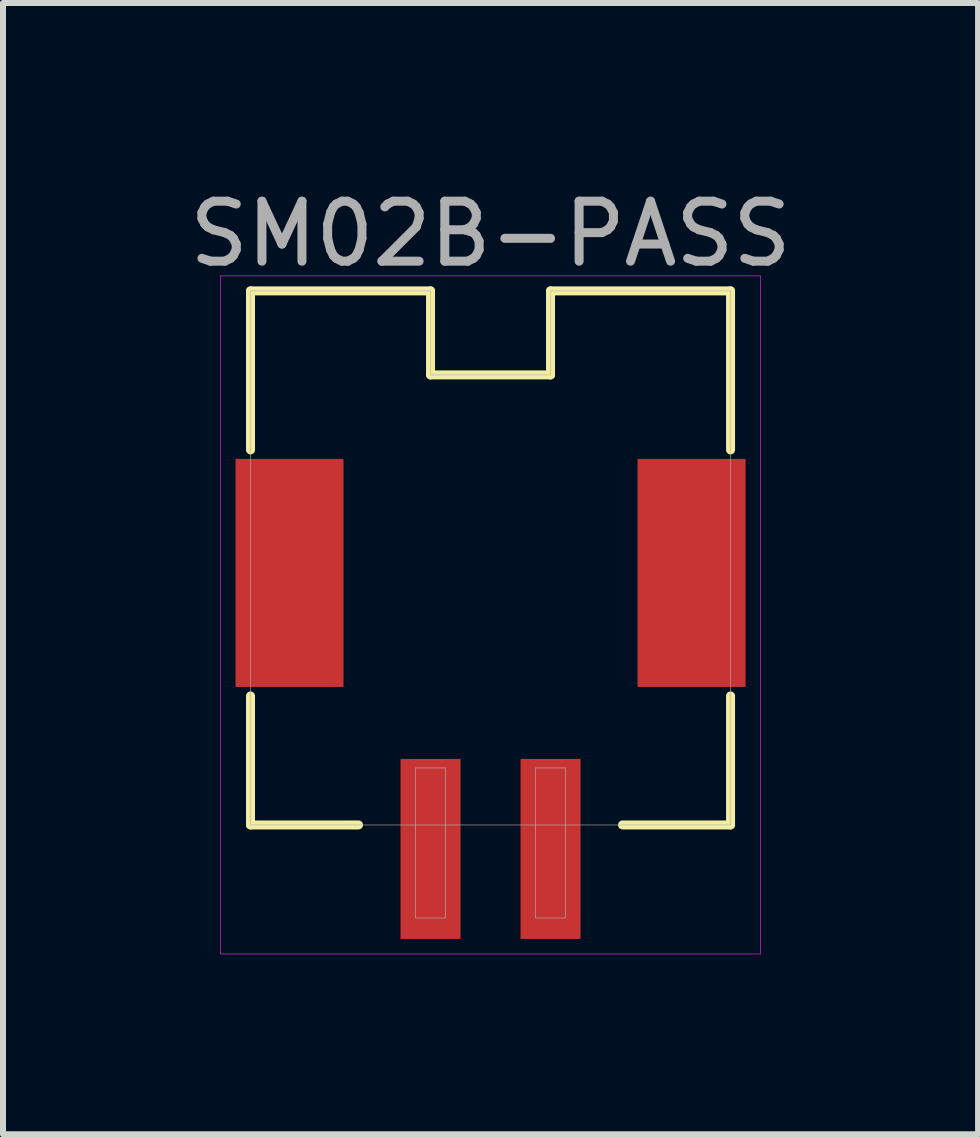
<source format=kicad_pcb>
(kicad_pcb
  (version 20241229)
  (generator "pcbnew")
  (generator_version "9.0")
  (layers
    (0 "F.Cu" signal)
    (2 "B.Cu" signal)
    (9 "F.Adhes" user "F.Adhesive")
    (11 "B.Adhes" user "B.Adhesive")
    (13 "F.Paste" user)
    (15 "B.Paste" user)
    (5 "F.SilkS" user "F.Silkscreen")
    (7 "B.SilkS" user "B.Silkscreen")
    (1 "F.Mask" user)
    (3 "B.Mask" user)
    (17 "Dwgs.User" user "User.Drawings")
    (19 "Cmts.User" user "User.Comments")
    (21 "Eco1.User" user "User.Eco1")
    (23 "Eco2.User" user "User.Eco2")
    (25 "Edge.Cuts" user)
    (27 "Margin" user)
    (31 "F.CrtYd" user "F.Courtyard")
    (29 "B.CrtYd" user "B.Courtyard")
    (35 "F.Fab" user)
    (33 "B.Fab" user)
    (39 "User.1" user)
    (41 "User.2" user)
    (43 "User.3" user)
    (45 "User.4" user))
  (footprint "SM02B-PASS"
    (layer "F.Cu")
    (at 5.125 9.748)
    (property "Reference" "SM02B-PASS" (at 0 -8.9 0) (layer "F.Fab") (effects (font (size 1 1) (thickness 0.15))))
    (attr through_hole)
    (fp_line (start -4 -7.95) (end -4 -5.3) (stroke (width 0.15) (type solid)) (layer "F.SilkS"))
    (fp_line (start -4 -7.95) (end -1 -7.95) (stroke (width 0.15) (type solid)) (layer "F.SilkS"))
    (fp_line (start -4 0.95) (end -4 -1.2) (stroke (width 0.15) (type solid)) (layer "F.SilkS"))
    (fp_line (start -4 0.95) (end -2.2 0.95) (stroke (width 0.15) (type solid)) (layer "F.SilkS"))
    (fp_line (start -1 -7.95) (end -1 -6.55) (stroke (width 0.15) (type solid)) (layer "F.SilkS"))
    (fp_line (start -1 -6.55) (end 1 -6.55) (stroke (width 0.15) (type solid)) (layer "F.SilkS"))
    (fp_line (start 1 -7.95) (end 4 -7.95) (stroke (width 0.15) (type solid)) (layer "F.SilkS"))
    (fp_line (start 1 -6.55) (end 1 -7.95) (stroke (width 0.15) (type solid)) (layer "F.SilkS"))
    (fp_line (start 4 -7.95) (end 4 -5.3) (stroke (width 0.15) (type solid)) (layer "F.SilkS"))
    (fp_line (start 4 0.95) (end 2.2 0.95) (stroke (width 0.15) (type solid)) (layer "F.SilkS"))
    (fp_line (start 4 0.95) (end 4 -1.2) (stroke (width 0.15) (type solid)) (layer "F.SilkS"))
    (fp_line (start -4.5 -8.2) (end 4.5 -8.2) (stroke (width 0.01) (type solid)) (layer "F.CrtYd"))
    (fp_line (start -4.5 3.1) (end -4.5 -8.2) (stroke (width 0.01) (type solid)) (layer "F.CrtYd"))
    (fp_line (start 4.5 -8.2) (end 4.5 3.1) (stroke (width 0.01) (type solid)) (layer "F.CrtYd"))
    (fp_line (start 4.5 3.1) (end -4.5 3.1) (stroke (width 0.01) (type solid)) (layer "F.CrtYd"))
    (fp_line (start -4 -7.95) (end -1 -7.95) (stroke (width 0.01) (type solid)) (layer "F.Fab"))
    (fp_line (start -4 0.95) (end -4 -7.95) (stroke (width 0.01) (type solid)) (layer "F.Fab"))
    (fp_line (start -1.25 0) (end -0.75 0) (stroke (width 0.01) (type solid)) (layer "F.Fab"))
    (fp_line (start -1.25 2.5) (end -1.25 0) (stroke (width 0.01) (type solid)) (layer "F.Fab"))
    (fp_line (start -1 -7.95) (end -1 -6.55) (stroke (width 0.01) (type solid)) (layer "F.Fab"))
    (fp_line (start -1 -6.55) (end 1 -6.55) (stroke (width 0.01) (type solid)) (layer "F.Fab"))
    (fp_line (start -0.75 0) (end -0.75 2.5) (stroke (width 0.01) (type solid)) (layer "F.Fab"))
    (fp_line (start -0.75 2.5) (end -1.25 2.5) (stroke (width 0.01) (type solid)) (layer "F.Fab"))
    (fp_line (start 0.75 0) (end 1.25 0) (stroke (width 0.01) (type solid)) (layer "F.Fab"))
    (fp_line (start 0.75 2.5) (end 0.75 0) (stroke (width 0.01) (type solid)) (layer "F.Fab"))
    (fp_line (start 1 -7.95) (end 4 -7.95) (stroke (width 0.01) (type solid)) (layer "F.Fab"))
    (fp_line (start 1 -6.55) (end 1 -7.95) (stroke (width 0.01) (type solid)) (layer "F.Fab"))
    (fp_line (start 1.25 0) (end 1.25 2.5) (stroke (width 0.01) (type solid)) (layer "F.Fab"))
    (fp_line (start 1.25 2.5) (end 0.75 2.5) (stroke (width 0.01) (type solid)) (layer "F.Fab"))
    (fp_line (start 4 -7.95) (end 4 0.95) (stroke (width 0.01) (type solid)) (layer "F.Fab"))
    (fp_line (start 4 0.95) (end -4 0.95) (stroke (width 0.01) (type solid)) (layer "F.Fab"))
    (pad "" smd rect (at -3.35 -3.25) (size 1.8 3.8) (layers "F.Cu" "F.Mask" "F.Paste"))
    (pad "" smd rect (at 3.35 -3.25) (size 1.8 3.8) (layers "F.Cu" "F.Mask" "F.Paste"))
    (pad "1" smd rect (at 1 1.35) (size 1 3) (layers "F.Cu" "F.Mask" "F.Paste"))
    (pad "2" smd rect (at -1 1.35) (size 1 3) (layers "F.Cu" "F.Mask" "F.Paste")))
  (gr_rect
    (start -3 -3)
    (end 13.25 15.853)
    (stroke (width 0.1) (type default))
    (fill no)
    (layer "Edge.Cuts")))
</source>
